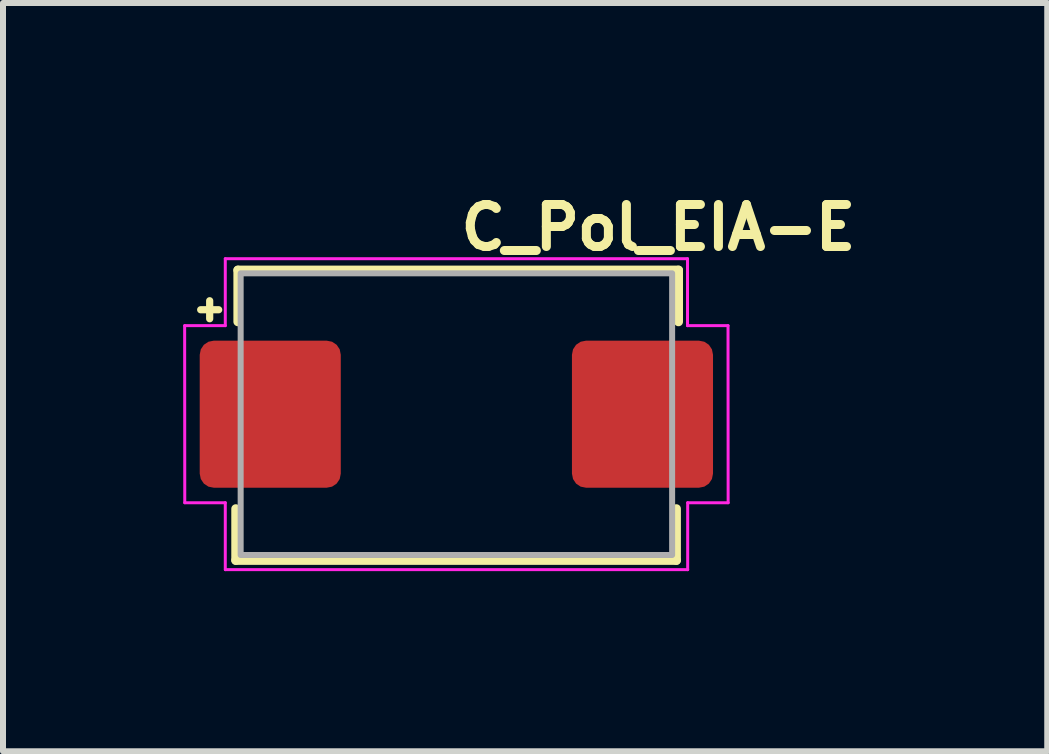
<source format=kicad_pcb>
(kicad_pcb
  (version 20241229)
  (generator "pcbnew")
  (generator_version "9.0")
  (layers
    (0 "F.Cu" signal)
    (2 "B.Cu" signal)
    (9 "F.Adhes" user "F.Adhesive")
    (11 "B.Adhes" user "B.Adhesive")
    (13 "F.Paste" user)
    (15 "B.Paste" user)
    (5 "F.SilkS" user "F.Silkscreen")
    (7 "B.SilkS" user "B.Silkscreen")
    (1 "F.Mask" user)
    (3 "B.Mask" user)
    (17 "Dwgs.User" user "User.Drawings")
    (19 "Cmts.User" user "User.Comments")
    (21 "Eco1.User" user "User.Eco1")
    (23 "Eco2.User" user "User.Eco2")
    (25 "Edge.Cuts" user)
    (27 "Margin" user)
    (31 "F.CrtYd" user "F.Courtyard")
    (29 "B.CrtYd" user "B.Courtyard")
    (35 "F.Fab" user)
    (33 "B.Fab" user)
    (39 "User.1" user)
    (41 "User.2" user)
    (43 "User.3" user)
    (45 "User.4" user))
  (footprint "C_Pol_EIA-E"
    (layer "F.Cu")
    (at 4.553 3.85)
    (property "Reference" "C_Pol_EIA-E" (at 0 -2.7 0) (layer "F.SilkS") (effects (font (size 0.7 0.7) (thickness 0.15)) (justify left bottom)))
    (attr smd)
    (fp_line (start -4.26 -1.74) (end -3.96 -1.74) (stroke (width 0.12) (type solid)) (layer "F.SilkS"))
    (fp_line (start -4.11 -1.89) (end -4.11 -1.59) (stroke (width 0.12) (type solid)) (layer "F.SilkS"))
    (fp_line (start -3.675 1.575) (end -3.675 2.435) (stroke (width 0.15) (type solid)) (layer "F.SilkS"))
    (fp_line (start -3.675 2.435) (end 3.665 2.435) (stroke (width 0.15) (type solid)) (layer "F.SilkS"))
    (fp_line (start -3.64 -1.54) (end -3.64 -2.4) (stroke (width 0.15) (type solid)) (layer "F.SilkS"))
    (fp_line (start 3.665 1.575) (end 3.665 2.435) (stroke (width 0.15) (type solid)) (layer "F.SilkS"))
    (fp_line (start 3.7 -2.4) (end -3.64 -2.4) (stroke (width 0.15) (type solid)) (layer "F.SilkS"))
    (fp_line (start 3.7 -1.54) (end 3.7 -2.4) (stroke (width 0.15) (type solid)) (layer "F.SilkS"))
    (fp_line (start -4.527 -1.475) (end -4.525 1.475) (stroke (width 0.05) (type solid)) (layer "F.CrtYd"))
    (fp_line (start -3.85 -1.475) (end -4.525 -1.475) (stroke (width 0.05) (type solid)) (layer "F.CrtYd"))
    (fp_line (start -3.85 -1.475) (end -3.85 -2.59) (stroke (width 0.05) (type solid)) (layer "F.CrtYd"))
    (fp_line (start -3.85 1.475) (end -4.525 1.475) (stroke (width 0.05) (type solid)) (layer "F.CrtYd"))
    (fp_line (start -3.85 2.59) (end -3.85 1.475) (stroke (width 0.05) (type solid)) (layer "F.CrtYd"))
    (fp_line (start 3.85 -2.59) (end -3.85 -2.59) (stroke (width 0.05) (type solid)) (layer "F.CrtYd"))
    (fp_line (start 3.85 -1.475) (end 3.85 -2.59) (stroke (width 0.05) (type solid)) (layer "F.CrtYd"))
    (fp_line (start 3.85 -1.475) (end 4.525 -1.475) (stroke (width 0.05) (type solid)) (layer "F.CrtYd"))
    (fp_line (start 3.853 2.59) (end -3.848 2.59) (stroke (width 0.05) (type solid)) (layer "F.CrtYd"))
    (fp_line (start 3.853 2.59) (end 3.853 1.475) (stroke (width 0.05) (type solid)) (layer "F.CrtYd"))
    (fp_line (start 4.525 -1.475) (end 4.527 1.475) (stroke (width 0.05) (type solid)) (layer "F.CrtYd"))
    (fp_line (start 4.527 1.475) (end 3.853 1.475) (stroke (width 0.05) (type solid)) (layer "F.CrtYd"))
    (fp_rect (start -3.594 -2.347) (end 3.594 2.346) (stroke (width 0.1) (type solid)) (fill no) (layer "F.Fab"))
    (fp_rect (start -3.594 -2.347) (end 3.594 2.346) (stroke (width 0.1) (type solid)) (fill no) (layer "User.5"))
    (fp_line (start -3.594 -2.346) (end -3.457 -2.208) (stroke (width 0.02) (type solid)) (layer "User.9"))
    (fp_line (start -3.594 -2.346) (end 3.594 -2.346) (stroke (width 0.02) (type solid)) (layer "User.9"))
    (fp_line (start -3.594 -1.192) (end -3.594 -2.346) (stroke (width 0.02) (type solid)) (layer "User.9"))
    (fp_line (start -3.594 1.194) (end -3.594 -1.192) (stroke (width 0.02) (type solid)) (layer "User.9"))
    (fp_line (start -3.594 2.347) (end -3.594 1.194) (stroke (width 0.02) (type solid)) (layer "User.9"))
    (fp_line (start -3.594 2.347) (end 3.594 2.347) (stroke (width 0.02) (type solid)) (layer "User.9"))
    (fp_line (start -3.457 -2.208) (end -3.457 2.21) (stroke (width 0.02) (type solid)) (layer "User.9"))
    (fp_line (start -3.457 -2.208) (end 3.457 -2.208) (stroke (width 0.02) (type solid)) (layer "User.9"))
    (fp_line (start -3.457 2.21) (end -3.594 2.347) (stroke (width 0.02) (type solid)) (layer "User.9"))
    (fp_line (start -3.457 2.21) (end 3.457 2.21) (stroke (width 0.02) (type solid)) (layer "User.9"))
    (fp_line (start -3.297 -2.048) (end -2.144 -2.048) (stroke (width 0.02) (type solid)) (layer "User.9"))
    (fp_line (start -3.297 2.05) (end -3.297 -2.048) (stroke (width 0.02) (type solid)) (layer "User.9"))
    (fp_line (start -2.144 -2.048) (end -2.144 2.05) (stroke (width 0.02) (type solid)) (layer "User.9"))
    (fp_line (start -2.144 2.05) (end -3.297 2.05) (stroke (width 0.02) (type solid)) (layer "User.9"))
    (fp_line (start 3.457 -2.208) (end 3.594 -2.346) (stroke (width 0.02) (type solid)) (layer "User.9"))
    (fp_line (start 3.457 2.21) (end 3.457 -2.208) (stroke (width 0.02) (type solid)) (layer "User.9"))
    (fp_line (start 3.594 -2.346) (end 3.594 -1.192) (stroke (width 0.02) (type solid)) (layer "User.9"))
    (fp_line (start 3.594 -1.192) (end 3.594 1.194) (stroke (width 0.02) (type solid)) (layer "User.9"))
    (fp_line (start 3.594 1.194) (end 3.594 2.347) (stroke (width 0.02) (type solid)) (layer "User.9"))
    (fp_line (start 3.594 2.347) (end 3.457 2.21) (stroke (width 0.02) (type solid)) (layer "User.9"))
    (pad "1" smd roundrect (at -3.101 0) (size 2.35 2.45) (layers "F.Cu" "F.Mask" "F.Paste") (roundrect_rratio 0.1))
    (pad "2" smd roundrect (at 3.1 0) (size 2.35 2.45) (layers "F.Cu" "F.Mask" "F.Paste") (roundrect_rratio 0.1)))
  (gr_rect
    (start -3 -3)
    (end 14.396 9.465)
    (stroke (width 0.1) (type default))
    (fill no)
    (layer "Edge.Cuts")))
</source>
